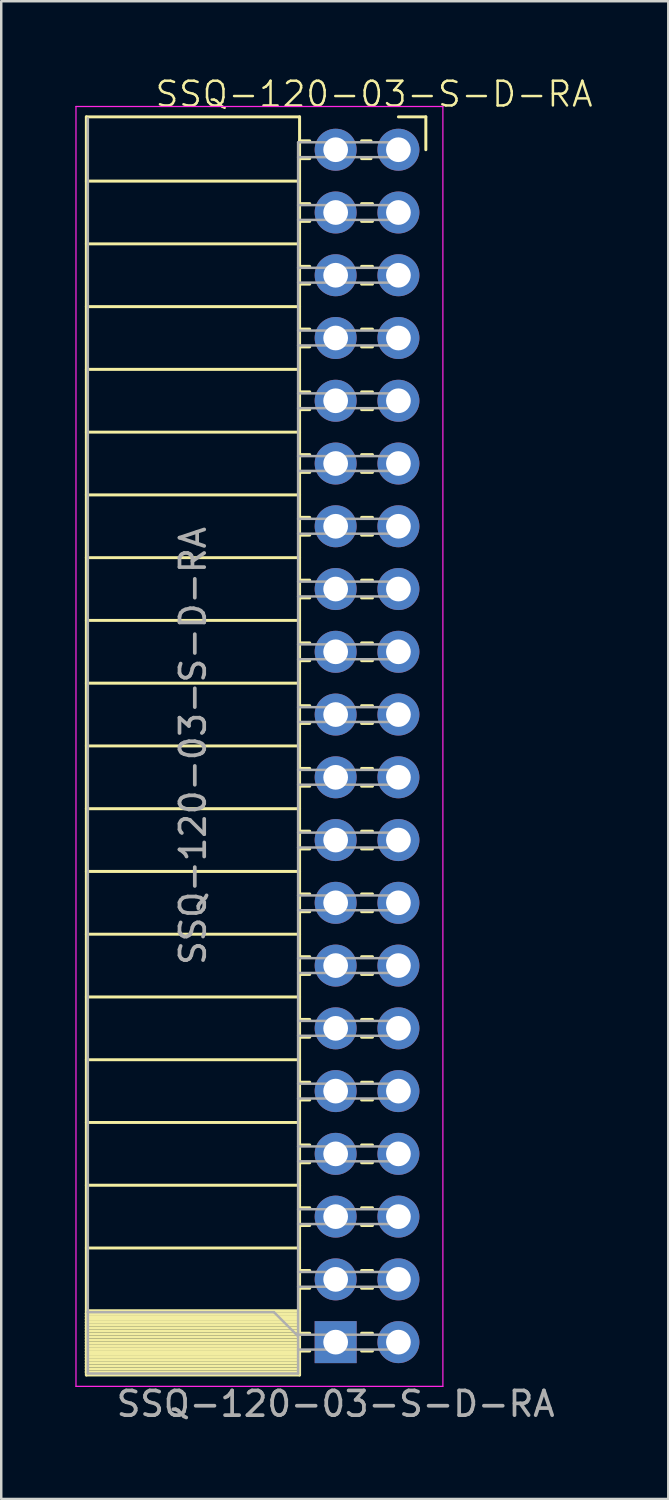
<source format=kicad_pcb>
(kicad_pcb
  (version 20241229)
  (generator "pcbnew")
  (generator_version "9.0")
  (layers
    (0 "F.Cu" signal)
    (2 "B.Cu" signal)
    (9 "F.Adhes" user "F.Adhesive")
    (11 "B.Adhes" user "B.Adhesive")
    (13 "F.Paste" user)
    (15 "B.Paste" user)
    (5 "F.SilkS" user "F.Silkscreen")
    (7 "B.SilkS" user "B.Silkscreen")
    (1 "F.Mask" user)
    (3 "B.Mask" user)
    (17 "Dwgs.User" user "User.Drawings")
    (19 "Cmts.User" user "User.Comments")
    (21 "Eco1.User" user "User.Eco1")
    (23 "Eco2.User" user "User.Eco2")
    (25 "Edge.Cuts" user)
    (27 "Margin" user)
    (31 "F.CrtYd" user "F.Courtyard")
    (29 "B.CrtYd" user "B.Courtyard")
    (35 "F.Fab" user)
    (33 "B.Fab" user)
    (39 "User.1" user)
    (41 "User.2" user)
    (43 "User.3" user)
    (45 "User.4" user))
  (footprint "SSQ-120-03-S-D-RA"
    (layer "F.Cu")
    (at 10.535 51.27)
    (property "Reference" "SSQ-120-03-S-D-RA" (at 1.555 -50.51 0) (unlocked yes) (layer "F.SilkS") (effects (font (size 1 1) (thickness 0.1))))
    (attr through_hole)
    (fp_line (start -10.098 -1.154) (end -1.468 -1.154) (stroke (width 0.12) (type solid)) (layer "F.SilkS"))
    (fp_line (start -10.098 -1.036) (end -1.468 -1.036) (stroke (width 0.12) (type solid)) (layer "F.SilkS"))
    (fp_line (start -10.098 -0.918) (end -1.468 -0.918) (stroke (width 0.12) (type solid)) (layer "F.SilkS"))
    (fp_line (start -10.098 -0.8) (end -1.468 -0.8) (stroke (width 0.12) (type solid)) (layer "F.SilkS"))
    (fp_line (start -10.098 -0.682) (end -1.468 -0.682) (stroke (width 0.12) (type solid)) (layer "F.SilkS"))
    (fp_line (start -10.098 -0.564) (end -1.468 -0.564) (stroke (width 0.12) (type solid)) (layer "F.SilkS"))
    (fp_line (start -10.098 -0.446) (end -1.468 -0.446) (stroke (width 0.12) (type solid)) (layer "F.SilkS"))
    (fp_line (start -10.098 -0.328) (end -1.468 -0.328) (stroke (width 0.12) (type solid)) (layer "F.SilkS"))
    (fp_line (start -10.098 -0.21) (end -1.468 -0.21) (stroke (width 0.12) (type solid)) (layer "F.SilkS"))
    (fp_line (start -10.098 -0.091) (end -1.468 -0.091) (stroke (width 0.12) (type solid)) (layer "F.SilkS"))
    (fp_line (start -10.098 0.027) (end -1.468 0.027) (stroke (width 0.12) (type solid)) (layer "F.SilkS"))
    (fp_line (start -10.098 0.145) (end -1.468 0.145) (stroke (width 0.12) (type solid)) (layer "F.SilkS"))
    (fp_line (start -10.098 0.263) (end -1.468 0.263) (stroke (width 0.12) (type solid)) (layer "F.SilkS"))
    (fp_line (start -10.098 0.381) (end -1.468 0.381) (stroke (width 0.12) (type solid)) (layer "F.SilkS"))
    (fp_line (start -10.098 0.499) (end -1.468 0.499) (stroke (width 0.12) (type solid)) (layer "F.SilkS"))
    (fp_line (start -10.098 0.617) (end -1.468 0.617) (stroke (width 0.12) (type solid)) (layer "F.SilkS"))
    (fp_line (start -10.098 0.735) (end -1.468 0.735) (stroke (width 0.12) (type solid)) (layer "F.SilkS"))
    (fp_line (start -10.098 0.853) (end -1.468 0.853) (stroke (width 0.12) (type solid)) (layer "F.SilkS"))
    (fp_line (start -10.098 0.971) (end -1.468 0.971) (stroke (width 0.12) (type solid)) (layer "F.SilkS"))
    (fp_line (start -10.098 1.09) (end -1.468 1.09) (stroke (width 0.12) (type solid)) (layer "F.SilkS"))
    (fp_line (start -10.098 1.208) (end -1.468 1.208) (stroke (width 0.12) (type solid)) (layer "F.SilkS"))
    (fp_line (start -10.09 -49.59) (end -10.09 1.33) (stroke (width 0.12) (type solid)) (layer "F.SilkS"))
    (fp_line (start -10.09 -49.59) (end -1.46 -49.59) (stroke (width 0.12) (type solid)) (layer "F.SilkS"))
    (fp_line (start -10.09 -46.99) (end -1.46 -46.99) (stroke (width 0.12) (type solid)) (layer "F.SilkS"))
    (fp_line (start -10.09 -44.45) (end -1.46 -44.45) (stroke (width 0.12) (type solid)) (layer "F.SilkS"))
    (fp_line (start -10.09 -41.91) (end -1.46 -41.91) (stroke (width 0.12) (type solid)) (layer "F.SilkS"))
    (fp_line (start -10.09 -39.37) (end -1.46 -39.37) (stroke (width 0.12) (type solid)) (layer "F.SilkS"))
    (fp_line (start -10.09 -36.83) (end -1.46 -36.83) (stroke (width 0.12) (type solid)) (layer "F.SilkS"))
    (fp_line (start -10.09 -34.29) (end -1.46 -34.29) (stroke (width 0.12) (type solid)) (layer "F.SilkS"))
    (fp_line (start -10.09 -31.75) (end -1.46 -31.75) (stroke (width 0.12) (type solid)) (layer "F.SilkS"))
    (fp_line (start -10.09 -29.21) (end -1.46 -29.21) (stroke (width 0.12) (type solid)) (layer "F.SilkS"))
    (fp_line (start -10.09 -26.67) (end -1.46 -26.67) (stroke (width 0.12) (type solid)) (layer "F.SilkS"))
    (fp_line (start -10.09 -24.13) (end -1.46 -24.13) (stroke (width 0.12) (type solid)) (layer "F.SilkS"))
    (fp_line (start -10.09 -21.59) (end -1.46 -21.59) (stroke (width 0.12) (type solid)) (layer "F.SilkS"))
    (fp_line (start -10.09 -19.05) (end -1.46 -19.05) (stroke (width 0.12) (type solid)) (layer "F.SilkS"))
    (fp_line (start -10.09 -16.51) (end -1.46 -16.51) (stroke (width 0.12) (type solid)) (layer "F.SilkS"))
    (fp_line (start -10.09 -13.97) (end -1.46 -13.97) (stroke (width 0.12) (type solid)) (layer "F.SilkS"))
    (fp_line (start -10.09 -11.43) (end -1.46 -11.43) (stroke (width 0.12) (type solid)) (layer "F.SilkS"))
    (fp_line (start -10.09 -8.89) (end -1.46 -8.89) (stroke (width 0.12) (type solid)) (layer "F.SilkS"))
    (fp_line (start -10.09 -6.35) (end -1.46 -6.35) (stroke (width 0.12) (type solid)) (layer "F.SilkS"))
    (fp_line (start -10.09 -3.81) (end -1.46 -3.81) (stroke (width 0.12) (type solid)) (layer "F.SilkS"))
    (fp_line (start -10.09 -1.27) (end -1.46 -1.27) (stroke (width 0.12) (type solid)) (layer "F.SilkS"))
    (fp_line (start -10.09 1.33) (end -1.46 1.33) (stroke (width 0.12) (type solid)) (layer "F.SilkS"))
    (fp_line (start -1.46 -49.59) (end -1.46 1.33) (stroke (width 0.12) (type solid)) (layer "F.SilkS"))
    (fp_line (start -1.46 -48.62) (end -1.05 -48.62) (stroke (width 0.12) (type solid)) (layer "F.SilkS"))
    (fp_line (start -1.46 -47.9) (end -1.05 -47.9) (stroke (width 0.12) (type solid)) (layer "F.SilkS"))
    (fp_line (start -1.46 -46.08) (end -1.05 -46.08) (stroke (width 0.12) (type solid)) (layer "F.SilkS"))
    (fp_line (start -1.46 -45.36) (end -1.05 -45.36) (stroke (width 0.12) (type solid)) (layer "F.SilkS"))
    (fp_line (start -1.46 -43.54) (end -1.05 -43.54) (stroke (width 0.12) (type solid)) (layer "F.SilkS"))
    (fp_line (start -1.46 -42.82) (end -1.05 -42.82) (stroke (width 0.12) (type solid)) (layer "F.SilkS"))
    (fp_line (start -1.46 -41) (end -1.05 -41) (stroke (width 0.12) (type solid)) (layer "F.SilkS"))
    (fp_line (start -1.46 -40.28) (end -1.05 -40.28) (stroke (width 0.12) (type solid)) (layer "F.SilkS"))
    (fp_line (start -1.46 -38.46) (end -1.05 -38.46) (stroke (width 0.12) (type solid)) (layer "F.SilkS"))
    (fp_line (start -1.46 -37.74) (end -1.05 -37.74) (stroke (width 0.12) (type solid)) (layer "F.SilkS"))
    (fp_line (start -1.46 -35.92) (end -1.05 -35.92) (stroke (width 0.12) (type solid)) (layer "F.SilkS"))
    (fp_line (start -1.46 -35.2) (end -1.05 -35.2) (stroke (width 0.12) (type solid)) (layer "F.SilkS"))
    (fp_line (start -1.46 -33.38) (end -1.05 -33.38) (stroke (width 0.12) (type solid)) (layer "F.SilkS"))
    (fp_line (start -1.46 -32.66) (end -1.05 -32.66) (stroke (width 0.12) (type solid)) (layer "F.SilkS"))
    (fp_line (start -1.46 -30.84) (end -1.05 -30.84) (stroke (width 0.12) (type solid)) (layer "F.SilkS"))
    (fp_line (start -1.46 -30.12) (end -1.05 -30.12) (stroke (width 0.12) (type solid)) (layer "F.SilkS"))
    (fp_line (start -1.46 -28.3) (end -1.05 -28.3) (stroke (width 0.12) (type solid)) (layer "F.SilkS"))
    (fp_line (start -1.46 -27.58) (end -1.05 -27.58) (stroke (width 0.12) (type solid)) (layer "F.SilkS"))
    (fp_line (start -1.46 -25.76) (end -1.05 -25.76) (stroke (width 0.12) (type solid)) (layer "F.SilkS"))
    (fp_line (start -1.46 -25.04) (end -1.05 -25.04) (stroke (width 0.12) (type solid)) (layer "F.SilkS"))
    (fp_line (start -1.46 -23.22) (end -1.05 -23.22) (stroke (width 0.12) (type solid)) (layer "F.SilkS"))
    (fp_line (start -1.46 -22.5) (end -1.05 -22.5) (stroke (width 0.12) (type solid)) (layer "F.SilkS"))
    (fp_line (start -1.46 -20.68) (end -1.05 -20.68) (stroke (width 0.12) (type solid)) (layer "F.SilkS"))
    (fp_line (start -1.46 -19.96) (end -1.05 -19.96) (stroke (width 0.12) (type solid)) (layer "F.SilkS"))
    (fp_line (start -1.46 -18.14) (end -1.05 -18.14) (stroke (width 0.12) (type solid)) (layer "F.SilkS"))
    (fp_line (start -1.46 -17.42) (end -1.05 -17.42) (stroke (width 0.12) (type solid)) (layer "F.SilkS"))
    (fp_line (start -1.46 -15.6) (end -1.05 -15.6) (stroke (width 0.12) (type solid)) (layer "F.SilkS"))
    (fp_line (start -1.46 -14.88) (end -1.05 -14.88) (stroke (width 0.12) (type solid)) (layer "F.SilkS"))
    (fp_line (start -1.46 -13.06) (end -1.05 -13.06) (stroke (width 0.12) (type solid)) (layer "F.SilkS"))
    (fp_line (start -1.46 -12.34) (end -1.05 -12.34) (stroke (width 0.12) (type solid)) (layer "F.SilkS"))
    (fp_line (start -1.46 -10.52) (end -1.05 -10.52) (stroke (width 0.12) (type solid)) (layer "F.SilkS"))
    (fp_line (start -1.46 -9.8) (end -1.05 -9.8) (stroke (width 0.12) (type solid)) (layer "F.SilkS"))
    (fp_line (start -1.46 -7.98) (end -1.05 -7.98) (stroke (width 0.12) (type solid)) (layer "F.SilkS"))
    (fp_line (start -1.46 -7.26) (end -1.05 -7.26) (stroke (width 0.12) (type solid)) (layer "F.SilkS"))
    (fp_line (start -1.46 -5.44) (end -1.05 -5.44) (stroke (width 0.12) (type solid)) (layer "F.SilkS"))
    (fp_line (start -1.46 -4.72) (end -1.05 -4.72) (stroke (width 0.12) (type solid)) (layer "F.SilkS"))
    (fp_line (start -1.46 -2.9) (end -1.05 -2.9) (stroke (width 0.12) (type solid)) (layer "F.SilkS"))
    (fp_line (start -1.46 -2.18) (end -1.05 -2.18) (stroke (width 0.12) (type solid)) (layer "F.SilkS"))
    (fp_line (start -1.46 -0.36) (end -1.05 -0.36) (stroke (width 0.12) (type solid)) (layer "F.SilkS"))
    (fp_line (start -1.46 0.36) (end -1.05 0.36) (stroke (width 0.12) (type solid)) (layer "F.SilkS"))
    (fp_line (start 1.05 -48.62) (end 1.43 -48.62) (stroke (width 0.12) (type solid)) (layer "F.SilkS"))
    (fp_line (start 1.05 -47.9) (end 1.43 -47.9) (stroke (width 0.12) (type solid)) (layer "F.SilkS"))
    (fp_line (start 1.05 -46.08) (end 1.49 -46.08) (stroke (width 0.12) (type solid)) (layer "F.SilkS"))
    (fp_line (start 1.05 -45.36) (end 1.49 -45.36) (stroke (width 0.12) (type solid)) (layer "F.SilkS"))
    (fp_line (start 1.05 -43.54) (end 1.49 -43.54) (stroke (width 0.12) (type solid)) (layer "F.SilkS"))
    (fp_line (start 1.05 -42.82) (end 1.49 -42.82) (stroke (width 0.12) (type solid)) (layer "F.SilkS"))
    (fp_line (start 1.05 -41) (end 1.49 -41) (stroke (width 0.12) (type solid)) (layer "F.SilkS"))
    (fp_line (start 1.05 -40.28) (end 1.49 -40.28) (stroke (width 0.12) (type solid)) (layer "F.SilkS"))
    (fp_line (start 1.05 -38.46) (end 1.49 -38.46) (stroke (width 0.12) (type solid)) (layer "F.SilkS"))
    (fp_line (start 1.05 -37.74) (end 1.49 -37.74) (stroke (width 0.12) (type solid)) (layer "F.SilkS"))
    (fp_line (start 1.05 -35.92) (end 1.49 -35.92) (stroke (width 0.12) (type solid)) (layer "F.SilkS"))
    (fp_line (start 1.05 -35.2) (end 1.49 -35.2) (stroke (width 0.12) (type solid)) (layer "F.SilkS"))
    (fp_line (start 1.05 -33.38) (end 1.49 -33.38) (stroke (width 0.12) (type solid)) (layer "F.SilkS"))
    (fp_line (start 1.05 -32.66) (end 1.49 -32.66) (stroke (width 0.12) (type solid)) (layer "F.SilkS"))
    (fp_line (start 1.05 -30.84) (end 1.49 -30.84) (stroke (width 0.12) (type solid)) (layer "F.SilkS"))
    (fp_line (start 1.05 -30.12) (end 1.49 -30.12) (stroke (width 0.12) (type solid)) (layer "F.SilkS"))
    (fp_line (start 1.05 -28.3) (end 1.49 -28.3) (stroke (width 0.12) (type solid)) (layer "F.SilkS"))
    (fp_line (start 1.05 -27.58) (end 1.49 -27.58) (stroke (width 0.12) (type solid)) (layer "F.SilkS"))
    (fp_line (start 1.05 -25.76) (end 1.49 -25.76) (stroke (width 0.12) (type solid)) (layer "F.SilkS"))
    (fp_line (start 1.05 -25.04) (end 1.49 -25.04) (stroke (width 0.12) (type solid)) (layer "F.SilkS"))
    (fp_line (start 1.05 -23.22) (end 1.49 -23.22) (stroke (width 0.12) (type solid)) (layer "F.SilkS"))
    (fp_line (start 1.05 -22.5) (end 1.49 -22.5) (stroke (width 0.12) (type solid)) (layer "F.SilkS"))
    (fp_line (start 1.05 -20.68) (end 1.49 -20.68) (stroke (width 0.12) (type solid)) (layer "F.SilkS"))
    (fp_line (start 1.05 -19.96) (end 1.49 -19.96) (stroke (width 0.12) (type solid)) (layer "F.SilkS"))
    (fp_line (start 1.05 -18.14) (end 1.49 -18.14) (stroke (width 0.12) (type solid)) (layer "F.SilkS"))
    (fp_line (start 1.05 -17.42) (end 1.49 -17.42) (stroke (width 0.12) (type solid)) (layer "F.SilkS"))
    (fp_line (start 1.05 -15.6) (end 1.49 -15.6) (stroke (width 0.12) (type solid)) (layer "F.SilkS"))
    (fp_line (start 1.05 -14.88) (end 1.49 -14.88) (stroke (width 0.12) (type solid)) (layer "F.SilkS"))
    (fp_line (start 1.05 -13.06) (end 1.49 -13.06) (stroke (width 0.12) (type solid)) (layer "F.SilkS"))
    (fp_line (start 1.05 -12.34) (end 1.49 -12.34) (stroke (width 0.12) (type solid)) (layer "F.SilkS"))
    (fp_line (start 1.05 -10.52) (end 1.49 -10.52) (stroke (width 0.12) (type solid)) (layer "F.SilkS"))
    (fp_line (start 1.05 -9.8) (end 1.49 -9.8) (stroke (width 0.12) (type solid)) (layer "F.SilkS"))
    (fp_line (start 1.05 -7.98) (end 1.49 -7.98) (stroke (width 0.12) (type solid)) (layer "F.SilkS"))
    (fp_line (start 1.05 -7.26) (end 1.49 -7.26) (stroke (width 0.12) (type solid)) (layer "F.SilkS"))
    (fp_line (start 1.05 -5.44) (end 1.49 -5.44) (stroke (width 0.12) (type solid)) (layer "F.SilkS"))
    (fp_line (start 1.05 -4.72) (end 1.49 -4.72) (stroke (width 0.12) (type solid)) (layer "F.SilkS"))
    (fp_line (start 1.05 -2.9) (end 1.49 -2.9) (stroke (width 0.12) (type solid)) (layer "F.SilkS"))
    (fp_line (start 1.05 -2.18) (end 1.49 -2.18) (stroke (width 0.12) (type solid)) (layer "F.SilkS"))
    (fp_line (start 1.05 -0.36) (end 1.49 -0.36) (stroke (width 0.12) (type solid)) (layer "F.SilkS"))
    (fp_line (start 1.05 0.36) (end 1.49 0.36) (stroke (width 0.12) (type solid)) (layer "F.SilkS"))
    (fp_line (start 2.54 -49.59) (end 3.65 -49.59) (stroke (width 0.12) (type solid)) (layer "F.SilkS"))
    (fp_line (start 3.65 -49.59) (end 3.65 -48.26) (stroke (width 0.12) (type solid)) (layer "F.SilkS"))
    (fp_line (start -10.51 -50.01) (end -10.51 1.79) (stroke (width 0.05) (type solid)) (layer "F.CrtYd"))
    (fp_line (start -10.51 1.79) (end 4.34 1.79) (stroke (width 0.05) (type solid)) (layer "F.CrtYd"))
    (fp_line (start 4.34 -50.01) (end -10.51 -50.01) (stroke (width 0.05) (type solid)) (layer "F.CrtYd"))
    (fp_line (start 4.34 1.79) (end 4.34 -50.01) (stroke (width 0.05) (type solid)) (layer "F.CrtYd"))
    (fp_line (start -10.038 -1.214) (end -2.498 -1.214) (stroke (width 0.1) (type solid)) (layer "F.Fab"))
    (fp_line (start -10.03 1.27) (end -10.03 -49.53) (stroke (width 0.1) (type solid)) (layer "F.Fab"))
    (fp_line (start -2.498 -1.214) (end -1.528 -0.244) (stroke (width 0.1) (type solid)) (layer "F.Fab"))
    (fp_line (start -1.52 -48.56) (end -1.52 1.27) (stroke (width 0.1) (type solid)) (layer "F.Fab"))
    (fp_line (start -1.52 -47.96) (end 2.54 -47.96) (stroke (width 0.1) (type solid)) (layer "F.Fab"))
    (fp_line (start -1.52 -45.42) (end 2.54 -45.42) (stroke (width 0.1) (type solid)) (layer "F.Fab"))
    (fp_line (start -1.52 -42.88) (end 2.54 -42.88) (stroke (width 0.1) (type solid)) (layer "F.Fab"))
    (fp_line (start -1.52 -40.34) (end 2.54 -40.34) (stroke (width 0.1) (type solid)) (layer "F.Fab"))
    (fp_line (start -1.52 -37.8) (end 2.54 -37.8) (stroke (width 0.1) (type solid)) (layer "F.Fab"))
    (fp_line (start -1.52 -35.26) (end 2.54 -35.26) (stroke (width 0.1) (type solid)) (layer "F.Fab"))
    (fp_line (start -1.52 -32.72) (end 2.54 -32.72) (stroke (width 0.1) (type solid)) (layer "F.Fab"))
    (fp_line (start -1.52 -30.18) (end 2.54 -30.18) (stroke (width 0.1) (type solid)) (layer "F.Fab"))
    (fp_line (start -1.52 -27.64) (end 2.54 -27.64) (stroke (width 0.1) (type solid)) (layer "F.Fab"))
    (fp_line (start -1.52 -25.1) (end 2.54 -25.1) (stroke (width 0.1) (type solid)) (layer "F.Fab"))
    (fp_line (start -1.52 -22.56) (end 2.54 -22.56) (stroke (width 0.1) (type solid)) (layer "F.Fab"))
    (fp_line (start -1.52 -20.02) (end 2.54 -20.02) (stroke (width 0.1) (type solid)) (layer "F.Fab"))
    (fp_line (start -1.52 -17.48) (end 2.54 -17.48) (stroke (width 0.1) (type solid)) (layer "F.Fab"))
    (fp_line (start -1.52 -14.94) (end 2.54 -14.94) (stroke (width 0.1) (type solid)) (layer "F.Fab"))
    (fp_line (start -1.52 -12.4) (end 2.54 -12.4) (stroke (width 0.1) (type solid)) (layer "F.Fab"))
    (fp_line (start -1.52 -9.86) (end 2.54 -9.86) (stroke (width 0.1) (type solid)) (layer "F.Fab"))
    (fp_line (start -1.52 -7.32) (end 2.54 -7.32) (stroke (width 0.1) (type solid)) (layer "F.Fab"))
    (fp_line (start -1.52 -4.78) (end 2.54 -4.78) (stroke (width 0.1) (type solid)) (layer "F.Fab"))
    (fp_line (start -1.52 -2.24) (end 2.54 -2.24) (stroke (width 0.1) (type solid)) (layer "F.Fab"))
    (fp_line (start -1.52 0.3) (end 2.54 0.3) (stroke (width 0.1) (type solid)) (layer "F.Fab"))
    (fp_line (start -1.52 1.27) (end -10.03 1.27) (stroke (width 0.1) (type solid)) (layer "F.Fab"))
    (fp_line (start 2.54 -48.56) (end -1.52 -48.56) (stroke (width 0.1) (type solid)) (layer "F.Fab"))
    (fp_line (start 2.54 -47.96) (end 2.54 -48.56) (stroke (width 0.1) (type solid)) (layer "F.Fab"))
    (fp_line (start 2.54 -46.02) (end -1.52 -46.02) (stroke (width 0.1) (type solid)) (layer "F.Fab"))
    (fp_line (start 2.54 -45.42) (end 2.54 -46.02) (stroke (width 0.1) (type solid)) (layer "F.Fab"))
    (fp_line (start 2.54 -43.48) (end -1.52 -43.48) (stroke (width 0.1) (type solid)) (layer "F.Fab"))
    (fp_line (start 2.54 -42.88) (end 2.54 -43.48) (stroke (width 0.1) (type solid)) (layer "F.Fab"))
    (fp_line (start 2.54 -40.94) (end -1.52 -40.94) (stroke (width 0.1) (type solid)) (layer "F.Fab"))
    (fp_line (start 2.54 -40.34) (end 2.54 -40.94) (stroke (width 0.1) (type solid)) (layer "F.Fab"))
    (fp_line (start 2.54 -38.4) (end -1.52 -38.4) (stroke (width 0.1) (type solid)) (layer "F.Fab"))
    (fp_line (start 2.54 -37.8) (end 2.54 -38.4) (stroke (width 0.1) (type solid)) (layer "F.Fab"))
    (fp_line (start 2.54 -35.86) (end -1.52 -35.86) (stroke (width 0.1) (type solid)) (layer "F.Fab"))
    (fp_line (start 2.54 -35.26) (end 2.54 -35.86) (stroke (width 0.1) (type solid)) (layer "F.Fab"))
    (fp_line (start 2.54 -33.32) (end -1.52 -33.32) (stroke (width 0.1) (type solid)) (layer "F.Fab"))
    (fp_line (start 2.54 -32.72) (end 2.54 -33.32) (stroke (width 0.1) (type solid)) (layer "F.Fab"))
    (fp_line (start 2.54 -30.78) (end -1.52 -30.78) (stroke (width 0.1) (type solid)) (layer "F.Fab"))
    (fp_line (start 2.54 -30.18) (end 2.54 -30.78) (stroke (width 0.1) (type solid)) (layer "F.Fab"))
    (fp_line (start 2.54 -28.24) (end -1.52 -28.24) (stroke (width 0.1) (type solid)) (layer "F.Fab"))
    (fp_line (start 2.54 -27.64) (end 2.54 -28.24) (stroke (width 0.1) (type solid)) (layer "F.Fab"))
    (fp_line (start 2.54 -25.7) (end -1.52 -25.7) (stroke (width 0.1) (type solid)) (layer "F.Fab"))
    (fp_line (start 2.54 -25.1) (end 2.54 -25.7) (stroke (width 0.1) (type solid)) (layer "F.Fab"))
    (fp_line (start 2.54 -23.16) (end -1.52 -23.16) (stroke (width 0.1) (type solid)) (layer "F.Fab"))
    (fp_line (start 2.54 -22.56) (end 2.54 -23.16) (stroke (width 0.1) (type solid)) (layer "F.Fab"))
    (fp_line (start 2.54 -20.62) (end -1.52 -20.62) (stroke (width 0.1) (type solid)) (layer "F.Fab"))
    (fp_line (start 2.54 -20.02) (end 2.54 -20.62) (stroke (width 0.1) (type solid)) (layer "F.Fab"))
    (fp_line (start 2.54 -18.08) (end -1.52 -18.08) (stroke (width 0.1) (type solid)) (layer "F.Fab"))
    (fp_line (start 2.54 -17.48) (end 2.54 -18.08) (stroke (width 0.1) (type solid)) (layer "F.Fab"))
    (fp_line (start 2.54 -15.54) (end -1.52 -15.54) (stroke (width 0.1) (type solid)) (layer "F.Fab"))
    (fp_line (start 2.54 -14.94) (end 2.54 -15.54) (stroke (width 0.1) (type solid)) (layer "F.Fab"))
    (fp_line (start 2.54 -13) (end -1.52 -13) (stroke (width 0.1) (type solid)) (layer "F.Fab"))
    (fp_line (start 2.54 -12.4) (end 2.54 -13) (stroke (width 0.1) (type solid)) (layer "F.Fab"))
    (fp_line (start 2.54 -10.46) (end -1.52 -10.46) (stroke (width 0.1) (type solid)) (layer "F.Fab"))
    (fp_line (start 2.54 -9.86) (end 2.54 -10.46) (stroke (width 0.1) (type solid)) (layer "F.Fab"))
    (fp_line (start 2.54 -7.92) (end -1.52 -7.92) (stroke (width 0.1) (type solid)) (layer "F.Fab"))
    (fp_line (start 2.54 -7.32) (end 2.54 -7.92) (stroke (width 0.1) (type solid)) (layer "F.Fab"))
    (fp_line (start 2.54 -5.38) (end -1.52 -5.38) (stroke (width 0.1) (type solid)) (layer "F.Fab"))
    (fp_line (start 2.54 -4.78) (end 2.54 -5.38) (stroke (width 0.1) (type solid)) (layer "F.Fab"))
    (fp_line (start 2.54 -2.84) (end -1.52 -2.84) (stroke (width 0.1) (type solid)) (layer "F.Fab"))
    (fp_line (start 2.54 -2.24) (end 2.54 -2.84) (stroke (width 0.1) (type solid)) (layer "F.Fab"))
    (fp_line (start 2.54 -0.3) (end -1.52 -0.3) (stroke (width 0.1) (type solid)) (layer "F.Fab"))
    (fp_line (start 2.54 0.3) (end 2.54 -0.3) (stroke (width 0.1) (type solid)) (layer "F.Fab"))
    (fp_text user "${REFERENCE}" (at 0 2.5 0) (unlocked yes) (layer "F.Fab") (effects (font (size 1 1) (thickness 0.15))))
    (fp_text user "${REFERENCE}" (at -5.775 -24.13 90) (layer "F.Fab") (effects (font (size 1 1) (thickness 0.15))))
    (pad "1" thru_hole rect (at 0 0) (size 1.7 1.7) (drill 1) (layers "*.Cu" "*.Mask"))
    (pad "2" thru_hole circle (at 2.54 0) (size 1.7 1.7) (drill 1) (layers "*.Cu" "*.Mask"))
    (pad "3" thru_hole oval (at 0 -2.54) (size 1.7 1.7) (drill 1) (layers "*.Cu" "*.Mask"))
    (pad "4" thru_hole oval (at 2.54 -2.54) (size 1.7 1.7) (drill 1) (layers "*.Cu" "*.Mask"))
    (pad "5" thru_hole oval (at 0 -5.08) (size 1.7 1.7) (drill 1) (layers "*.Cu" "*.Mask"))
    (pad "6" thru_hole oval (at 2.54 -5.08) (size 1.7 1.7) (drill 1) (layers "*.Cu" "*.Mask"))
    (pad "7" thru_hole oval (at 0 -7.62) (size 1.7 1.7) (drill 1) (layers "*.Cu" "*.Mask"))
    (pad "8" thru_hole oval (at 2.54 -7.62) (size 1.7 1.7) (drill 1) (layers "*.Cu" "*.Mask"))
    (pad "9" thru_hole oval (at 0 -10.16) (size 1.7 1.7) (drill 1) (layers "*.Cu" "*.Mask"))
    (pad "10" thru_hole oval (at 2.54 -10.16) (size 1.7 1.7) (drill 1) (layers "*.Cu" "*.Mask"))
    (pad "11" thru_hole oval (at 0 -12.7) (size 1.7 1.7) (drill 1) (layers "*.Cu" "*.Mask"))
    (pad "12" thru_hole oval (at 2.54 -12.7) (size 1.7 1.7) (drill 1) (layers "*.Cu" "*.Mask"))
    (pad "13" thru_hole oval (at 0 -15.24) (size 1.7 1.7) (drill 1) (layers "*.Cu" "*.Mask"))
    (pad "14" thru_hole oval (at 2.54 -15.24) (size 1.7 1.7) (drill 1) (layers "*.Cu" "*.Mask"))
    (pad "15" thru_hole oval (at 0 -17.78) (size 1.7 1.7) (drill 1) (layers "*.Cu" "*.Mask"))
    (pad "16" thru_hole oval (at 2.54 -17.78) (size 1.7 1.7) (drill 1) (layers "*.Cu" "*.Mask"))
    (pad "17" thru_hole oval (at 0 -20.32) (size 1.7 1.7) (drill 1) (layers "*.Cu" "*.Mask"))
    (pad "18" thru_hole oval (at 2.54 -20.32) (size 1.7 1.7) (drill 1) (layers "*.Cu" "*.Mask"))
    (pad "19" thru_hole oval (at 0 -22.86) (size 1.7 1.7) (drill 1) (layers "*.Cu" "*.Mask"))
    (pad "20" thru_hole oval (at 2.54 -22.86) (size 1.7 1.7) (drill 1) (layers "*.Cu" "*.Mask"))
    (pad "21" thru_hole oval (at 0 -25.4) (size 1.7 1.7) (drill 1) (layers "*.Cu" "*.Mask"))
    (pad "22" thru_hole oval (at 2.54 -25.4) (size 1.7 1.7) (drill 1) (layers "*.Cu" "*.Mask"))
    (pad "23" thru_hole oval (at 0 -27.94) (size 1.7 1.7) (drill 1) (layers "*.Cu" "*.Mask"))
    (pad "24" thru_hole oval (at 2.54 -27.94) (size 1.7 1.7) (drill 1) (layers "*.Cu" "*.Mask"))
    (pad "25" thru_hole oval (at 0 -30.48) (size 1.7 1.7) (drill 1) (layers "*.Cu" "*.Mask"))
    (pad "26" thru_hole oval (at 2.54 -30.48) (size 1.7 1.7) (drill 1) (layers "*.Cu" "*.Mask"))
    (pad "27" thru_hole oval (at 0 -33.02) (size 1.7 1.7) (drill 1) (layers "*.Cu" "*.Mask"))
    (pad "28" thru_hole oval (at 2.54 -33.02) (size 1.7 1.7) (drill 1) (layers "*.Cu" "*.Mask"))
    (pad "29" thru_hole oval (at 0 -35.56) (size 1.7 1.7) (drill 1) (layers "*.Cu" "*.Mask"))
    (pad "30" thru_hole oval (at 2.54 -35.56) (size 1.7 1.7) (drill 1) (layers "*.Cu" "*.Mask"))
    (pad "31" thru_hole oval (at 0 -38.1) (size 1.7 1.7) (drill 1) (layers "*.Cu" "*.Mask"))
    (pad "32" thru_hole oval (at 2.54 -38.1) (size 1.7 1.7) (drill 1) (layers "*.Cu" "*.Mask"))
    (pad "33" thru_hole oval (at 0 -40.64) (size 1.7 1.7) (drill 1) (layers "*.Cu" "*.Mask"))
    (pad "34" thru_hole oval (at 2.54 -40.64) (size 1.7 1.7) (drill 1) (layers "*.Cu" "*.Mask"))
    (pad "35" thru_hole oval (at 0 -43.18) (size 1.7 1.7) (drill 1) (layers "*.Cu" "*.Mask"))
    (pad "36" thru_hole oval (at 2.54 -43.18) (size 1.7 1.7) (drill 1) (layers "*.Cu" "*.Mask"))
    (pad "37" thru_hole oval (at 0 -45.72) (size 1.7 1.7) (drill 1) (layers "*.Cu" "*.Mask"))
    (pad "38" thru_hole oval (at 2.54 -45.72) (size 1.7 1.7) (drill 1) (layers "*.Cu" "*.Mask"))
    (pad "39" thru_hole oval (at 0 -48.26) (size 1.7 1.7) (drill 1) (layers "*.Cu" "*.Mask"))
    (pad "40" thru_hole circle (at 2.54 -48.26) (size 1.7 1.7) (drill 1) (layers "*.Cu" "*.Mask")))
  (gr_rect
    (start -3 -3)
    (end 23.997 57.619)
    (stroke (width 0.1) (type default))
    (fill no)
    (layer "Edge.Cuts")))
</source>
